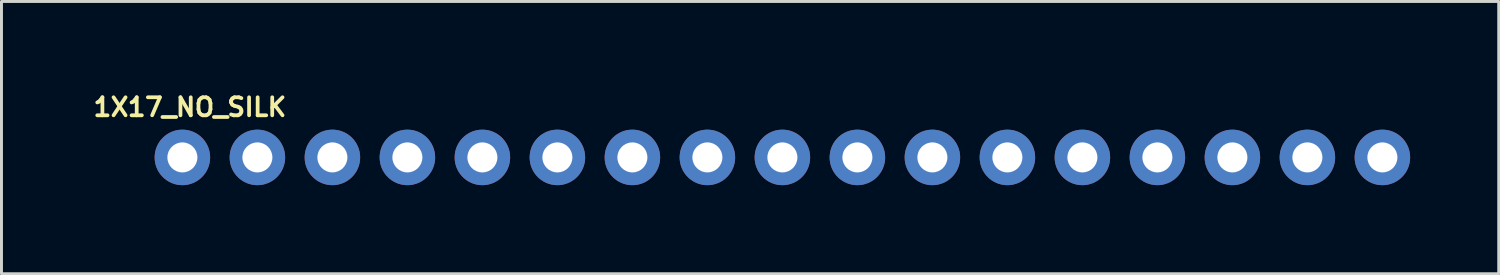
<source format=kicad_pcb>
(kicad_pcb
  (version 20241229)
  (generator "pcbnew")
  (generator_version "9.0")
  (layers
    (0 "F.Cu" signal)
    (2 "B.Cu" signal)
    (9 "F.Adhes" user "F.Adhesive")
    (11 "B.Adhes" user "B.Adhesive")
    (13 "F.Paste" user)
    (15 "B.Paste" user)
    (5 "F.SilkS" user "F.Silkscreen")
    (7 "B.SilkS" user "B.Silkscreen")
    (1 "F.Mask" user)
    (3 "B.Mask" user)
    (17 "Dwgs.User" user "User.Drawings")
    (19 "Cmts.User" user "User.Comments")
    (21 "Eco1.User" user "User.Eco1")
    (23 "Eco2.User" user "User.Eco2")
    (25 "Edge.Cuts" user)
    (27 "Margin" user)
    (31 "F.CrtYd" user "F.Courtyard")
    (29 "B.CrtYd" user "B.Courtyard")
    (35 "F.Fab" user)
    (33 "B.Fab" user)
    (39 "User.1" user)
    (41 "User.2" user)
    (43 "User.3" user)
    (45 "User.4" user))
  (footprint "1X17_NO_SILK"
    (layer "F.Cu")
    (at 3.127 2.281)
    (property "Reference" "1X17_NO_SILK" (at 0.254 -1.702 0) (layer "F.SilkS") (effects (font (size 0.61 0.61) (thickness 0.127))))
    (attr exclude_from_pos_files exclude_from_bom)
    (fp_line (start -0.254 -0.254) (end 0.254 -0.254) (stroke (width 0.066) (type solid)) (layer "Dwgs.User"))
    (fp_line (start -0.254 0.254) (end -0.254 -0.254) (stroke (width 0.066) (type solid)) (layer "Dwgs.User"))
    (fp_line (start -0.254 0.254) (end 0.254 0.254) (stroke (width 0.066) (type solid)) (layer "Dwgs.User"))
    (fp_line (start 0.254 0.254) (end 0.254 -0.254) (stroke (width 0.066) (type solid)) (layer "Dwgs.User"))
    (fp_line (start 2.286 -0.254) (end 2.794 -0.254) (stroke (width 0.066) (type solid)) (layer "Dwgs.User"))
    (fp_line (start 2.286 0.254) (end 2.286 -0.254) (stroke (width 0.066) (type solid)) (layer "Dwgs.User"))
    (fp_line (start 2.286 0.254) (end 2.794 0.254) (stroke (width 0.066) (type solid)) (layer "Dwgs.User"))
    (fp_line (start 2.794 0.254) (end 2.794 -0.254) (stroke (width 0.066) (type solid)) (layer "Dwgs.User"))
    (fp_line (start 4.826 -0.254) (end 5.334 -0.254) (stroke (width 0.066) (type solid)) (layer "Dwgs.User"))
    (fp_line (start 4.826 0.254) (end 4.826 -0.254) (stroke (width 0.066) (type solid)) (layer "Dwgs.User"))
    (fp_line (start 4.826 0.254) (end 5.334 0.254) (stroke (width 0.066) (type solid)) (layer "Dwgs.User"))
    (fp_line (start 5.334 0.254) (end 5.334 -0.254) (stroke (width 0.066) (type solid)) (layer "Dwgs.User"))
    (fp_line (start 7.366 -0.254) (end 7.874 -0.254) (stroke (width 0.066) (type solid)) (layer "Dwgs.User"))
    (fp_line (start 7.366 0.254) (end 7.366 -0.254) (stroke (width 0.066) (type solid)) (layer "Dwgs.User"))
    (fp_line (start 7.366 0.254) (end 7.874 0.254) (stroke (width 0.066) (type solid)) (layer "Dwgs.User"))
    (fp_line (start 7.874 0.254) (end 7.874 -0.254) (stroke (width 0.066) (type solid)) (layer "Dwgs.User"))
    (fp_line (start 9.906 -0.254) (end 10.414 -0.254) (stroke (width 0.066) (type solid)) (layer "Dwgs.User"))
    (fp_line (start 9.906 0.254) (end 9.906 -0.254) (stroke (width 0.066) (type solid)) (layer "Dwgs.User"))
    (fp_line (start 9.906 0.254) (end 10.414 0.254) (stroke (width 0.066) (type solid)) (layer "Dwgs.User"))
    (fp_line (start 10.414 0.254) (end 10.414 -0.254) (stroke (width 0.066) (type solid)) (layer "Dwgs.User"))
    (fp_line (start 12.446 -0.254) (end 12.954 -0.254) (stroke (width 0.066) (type solid)) (layer "Dwgs.User"))
    (fp_line (start 12.446 0.254) (end 12.446 -0.254) (stroke (width 0.066) (type solid)) (layer "Dwgs.User"))
    (fp_line (start 12.446 0.254) (end 12.954 0.254) (stroke (width 0.066) (type solid)) (layer "Dwgs.User"))
    (fp_line (start 12.954 0.254) (end 12.954 -0.254) (stroke (width 0.066) (type solid)) (layer "Dwgs.User"))
    (fp_line (start 14.986 -0.254) (end 15.494 -0.254) (stroke (width 0.066) (type solid)) (layer "Dwgs.User"))
    (fp_line (start 14.986 0.254) (end 14.986 -0.254) (stroke (width 0.066) (type solid)) (layer "Dwgs.User"))
    (fp_line (start 14.986 0.254) (end 15.494 0.254) (stroke (width 0.066) (type solid)) (layer "Dwgs.User"))
    (fp_line (start 15.494 0.254) (end 15.494 -0.254) (stroke (width 0.066) (type solid)) (layer "Dwgs.User"))
    (fp_line (start 17.523 -0.254) (end 18.034 -0.254) (stroke (width 0.066) (type solid)) (layer "Dwgs.User"))
    (fp_line (start 17.523 0.254) (end 17.523 -0.254) (stroke (width 0.066) (type solid)) (layer "Dwgs.User"))
    (fp_line (start 17.523 0.254) (end 18.034 0.254) (stroke (width 0.066) (type solid)) (layer "Dwgs.User"))
    (fp_line (start 18.034 0.254) (end 18.034 -0.254) (stroke (width 0.066) (type solid)) (layer "Dwgs.User"))
    (fp_line (start 20.066 -0.254) (end 20.574 -0.254) (stroke (width 0.066) (type solid)) (layer "Dwgs.User"))
    (fp_line (start 20.066 0.254) (end 20.066 -0.254) (stroke (width 0.066) (type solid)) (layer "Dwgs.User"))
    (fp_line (start 20.066 0.254) (end 20.574 0.254) (stroke (width 0.066) (type solid)) (layer "Dwgs.User"))
    (fp_line (start 20.574 0.254) (end 20.574 -0.254) (stroke (width 0.066) (type solid)) (layer "Dwgs.User"))
    (fp_line (start 22.606 -0.254) (end 23.114 -0.254) (stroke (width 0.066) (type solid)) (layer "Dwgs.User"))
    (fp_line (start 22.606 0.254) (end 22.606 -0.254) (stroke (width 0.066) (type solid)) (layer "Dwgs.User"))
    (fp_line (start 22.606 0.254) (end 23.114 0.254) (stroke (width 0.066) (type solid)) (layer "Dwgs.User"))
    (fp_line (start 23.114 0.254) (end 23.114 -0.254) (stroke (width 0.066) (type solid)) (layer "Dwgs.User"))
    (fp_line (start 25.146 -0.254) (end 25.654 -0.254) (stroke (width 0.066) (type solid)) (layer "Dwgs.User"))
    (fp_line (start 25.146 0.254) (end 25.146 -0.254) (stroke (width 0.066) (type solid)) (layer "Dwgs.User"))
    (fp_line (start 25.146 0.254) (end 25.654 0.254) (stroke (width 0.066) (type solid)) (layer "Dwgs.User"))
    (fp_line (start 25.654 0.254) (end 25.654 -0.254) (stroke (width 0.066) (type solid)) (layer "Dwgs.User"))
    (fp_line (start 27.686 -0.254) (end 28.194 -0.254) (stroke (width 0.066) (type solid)) (layer "Dwgs.User"))
    (fp_line (start 27.686 0.254) (end 27.686 -0.254) (stroke (width 0.066) (type solid)) (layer "Dwgs.User"))
    (fp_line (start 27.686 0.254) (end 28.194 0.254) (stroke (width 0.066) (type solid)) (layer "Dwgs.User"))
    (fp_line (start 28.194 0.254) (end 28.194 -0.254) (stroke (width 0.066) (type solid)) (layer "Dwgs.User"))
    (fp_line (start 30.226 -0.254) (end 30.734 -0.254) (stroke (width 0.066) (type solid)) (layer "Dwgs.User"))
    (fp_line (start 30.226 0.254) (end 30.226 -0.254) (stroke (width 0.066) (type solid)) (layer "Dwgs.User"))
    (fp_line (start 30.226 0.254) (end 30.734 0.254) (stroke (width 0.066) (type solid)) (layer "Dwgs.User"))
    (fp_line (start 30.734 0.254) (end 30.734 -0.254) (stroke (width 0.066) (type solid)) (layer "Dwgs.User"))
    (fp_line (start 32.766 -0.254) (end 33.274 -0.254) (stroke (width 0.066) (type solid)) (layer "Dwgs.User"))
    (fp_line (start 32.766 0.254) (end 32.766 -0.254) (stroke (width 0.066) (type solid)) (layer "Dwgs.User"))
    (fp_line (start 32.766 0.254) (end 33.274 0.254) (stroke (width 0.066) (type solid)) (layer "Dwgs.User"))
    (fp_line (start 33.274 0.254) (end 33.274 -0.254) (stroke (width 0.066) (type solid)) (layer "Dwgs.User"))
    (fp_line (start 35.303 -0.254) (end 35.814 -0.254) (stroke (width 0.066) (type solid)) (layer "Dwgs.User"))
    (fp_line (start 35.303 0.254) (end 35.303 -0.254) (stroke (width 0.066) (type solid)) (layer "Dwgs.User"))
    (fp_line (start 35.303 0.254) (end 35.814 0.254) (stroke (width 0.066) (type solid)) (layer "Dwgs.User"))
    (fp_line (start 35.814 0.254) (end 35.814 -0.254) (stroke (width 0.066) (type solid)) (layer "Dwgs.User"))
    (fp_line (start 37.846 -0.254) (end 38.354 -0.254) (stroke (width 0.066) (type solid)) (layer "Dwgs.User"))
    (fp_line (start 37.846 0.254) (end 37.846 -0.254) (stroke (width 0.066) (type solid)) (layer "Dwgs.User"))
    (fp_line (start 37.846 0.254) (end 38.354 0.254) (stroke (width 0.066) (type solid)) (layer "Dwgs.User"))
    (fp_line (start 38.354 0.254) (end 38.354 -0.254) (stroke (width 0.066) (type solid)) (layer "Dwgs.User"))
    (fp_line (start 40.386 -0.254) (end 40.894 -0.254) (stroke (width 0.066) (type solid)) (layer "Dwgs.User"))
    (fp_line (start 40.386 0.254) (end 40.386 -0.254) (stroke (width 0.066) (type solid)) (layer "Dwgs.User"))
    (fp_line (start 40.386 0.254) (end 40.894 0.254) (stroke (width 0.066) (type solid)) (layer "Dwgs.User"))
    (fp_line (start 40.894 0.254) (end 40.894 -0.254) (stroke (width 0.066) (type solid)) (layer "Dwgs.User"))
    (pad "1" thru_hole circle (at 0 0) (size 1.88 1.88) (drill 1.016) (layers "*.Cu" "*.Paste" "*.Mask"))
    (pad "2" thru_hole circle (at 2.54 0) (size 1.88 1.88) (drill 1.016) (layers "*.Cu" "*.Paste" "*.Mask"))
    (pad "3" thru_hole circle (at 5.08 0) (size 1.88 1.88) (drill 1.016) (layers "*.Cu" "*.Paste" "*.Mask"))
    (pad "4" thru_hole circle (at 7.62 0) (size 1.88 1.88) (drill 1.016) (layers "*.Cu" "*.Paste" "*.Mask"))
    (pad "5" thru_hole circle (at 10.16 0) (size 1.88 1.88) (drill 1.016) (layers "*.Cu" "*.Paste" "*.Mask"))
    (pad "6" thru_hole circle (at 12.7 0) (size 1.88 1.88) (drill 1.016) (layers "*.Cu" "*.Paste" "*.Mask"))
    (pad "7" thru_hole circle (at 15.24 0) (size 1.88 1.88) (drill 1.016) (layers "*.Cu" "*.Paste" "*.Mask"))
    (pad "8" thru_hole circle (at 17.78 0) (size 1.88 1.88) (drill 1.016) (layers "*.Cu" "*.Paste" "*.Mask"))
    (pad "9" thru_hole circle (at 20.32 0) (size 1.88 1.88) (drill 1.016) (layers "*.Cu" "*.Paste" "*.Mask"))
    (pad "10" thru_hole circle (at 22.86 0) (size 1.88 1.88) (drill 1.016) (layers "*.Cu" "*.Paste" "*.Mask"))
    (pad "11" thru_hole circle (at 25.4 0) (size 1.88 1.88) (drill 1.016) (layers "*.Cu" "*.Paste" "*.Mask"))
    (pad "12" thru_hole circle (at 27.94 0) (size 1.88 1.88) (drill 1.016) (layers "*.Cu" "*.Paste" "*.Mask"))
    (pad "13" thru_hole circle (at 30.48 0) (size 1.88 1.88) (drill 1.016) (layers "*.Cu" "*.Paste" "*.Mask"))
    (pad "14" thru_hole circle (at 33.02 0) (size 1.88 1.88) (drill 1.016) (layers "*.Cu" "*.Paste" "*.Mask"))
    (pad "15" thru_hole circle (at 35.56 0) (size 1.88 1.88) (drill 1.016) (layers "*.Cu" "*.Paste" "*.Mask"))
    (pad "16" thru_hole circle (at 38.1 0) (size 1.88 1.88) (drill 1.016) (layers "*.Cu" "*.Paste" "*.Mask"))
    (pad "17" thru_hole circle (at 40.64 0) (size 1.88 1.88) (drill 1.016) (layers "*.Cu" "*.Paste" "*.Mask")))
  (gr_rect
    (start -3 -3)
    (end 47.707 6.221)
    (stroke (width 0.1) (type default))
    (fill no)
    (layer "Edge.Cuts")))
</source>
